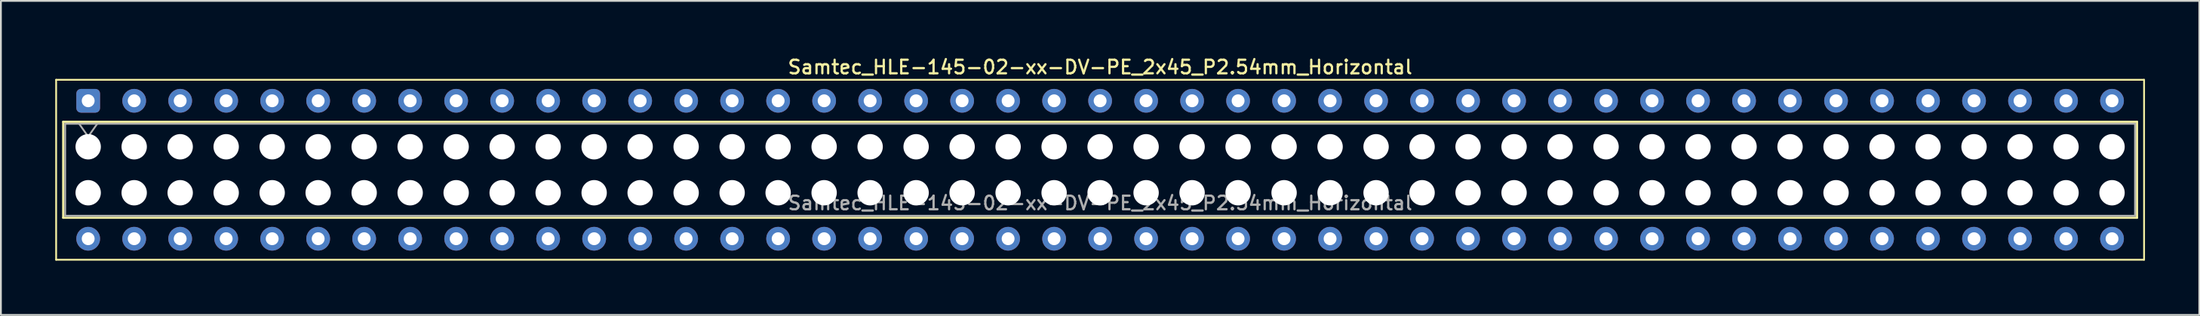
<source format=kicad_pcb>
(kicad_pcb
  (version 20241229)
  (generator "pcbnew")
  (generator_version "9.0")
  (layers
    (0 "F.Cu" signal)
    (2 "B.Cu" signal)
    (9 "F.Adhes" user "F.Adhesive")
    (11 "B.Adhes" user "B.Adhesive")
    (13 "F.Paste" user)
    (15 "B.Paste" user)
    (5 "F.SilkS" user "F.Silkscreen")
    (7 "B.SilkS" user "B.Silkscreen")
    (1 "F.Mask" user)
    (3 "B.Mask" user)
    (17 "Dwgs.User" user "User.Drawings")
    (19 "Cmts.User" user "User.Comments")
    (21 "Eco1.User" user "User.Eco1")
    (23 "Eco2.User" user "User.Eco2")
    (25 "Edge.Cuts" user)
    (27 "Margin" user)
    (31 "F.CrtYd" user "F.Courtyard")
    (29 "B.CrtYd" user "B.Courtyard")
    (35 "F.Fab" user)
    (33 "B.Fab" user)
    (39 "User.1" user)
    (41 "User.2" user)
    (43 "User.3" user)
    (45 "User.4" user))
  (footprint "Samtec_HLE-145-02-xx-DV-PE_2x45_P2.54mm_Horizontal"
    (layer "F.Cu")
    (at 1.82 2.518)
    (property "Reference" "Samtec_HLE-145-02-xx-DV-PE_2x45_P2.54mm_Horizontal" (at 55.88 -1.86 0) (layer "F.SilkS") (effects (font (size 0.75 0.75) (thickness 0.125))))
    (attr through_hole)
    (fp_line (start -1.77 -1.16) (end 113.53 -1.16) (stroke (width 0.1) (type solid)) (layer "F.SilkS"))
    (fp_line (start -1.77 8.78) (end -1.77 -1.16) (stroke (width 0.1) (type solid)) (layer "F.SilkS"))
    (fp_line (start -1.38 1.16) (end 113.14 1.16) (stroke (width 0.12) (type solid)) (layer "F.SilkS"))
    (fp_line (start -1.38 6.46) (end -1.38 1.16) (stroke (width 0.12) (type solid)) (layer "F.SilkS"))
    (fp_line (start 113.14 1.16) (end 113.14 6.46) (stroke (width 0.12) (type solid)) (layer "F.SilkS"))
    (fp_line (start 113.14 6.46) (end -1.38 6.46) (stroke (width 0.12) (type solid)) (layer "F.SilkS"))
    (fp_line (start 113.53 -1.16) (end 113.53 8.78) (stroke (width 0.1) (type solid)) (layer "F.SilkS"))
    (fp_line (start 113.53 8.78) (end -1.77 8.78) (stroke (width 0.1) (type solid)) (layer "F.SilkS"))
    (fp_line (start -1.27 1.27) (end 113.03 1.27) (stroke (width 0.1) (type solid)) (layer "F.Fab"))
    (fp_line (start -1.27 6.35) (end -1.27 1.27) (stroke (width 0.1) (type solid)) (layer "F.Fab"))
    (fp_line (start -0.5 1.27) (end 0 1.977) (stroke (width 0.1) (type solid)) (layer "F.Fab"))
    (fp_line (start 0 1.977) (end 0.5 1.27) (stroke (width 0.1) (type solid)) (layer "F.Fab"))
    (fp_line (start 113.03 1.27) (end 113.03 6.35) (stroke (width 0.1) (type solid)) (layer "F.Fab"))
    (fp_line (start 113.03 6.35) (end -1.27 6.35) (stroke (width 0.1) (type solid)) (layer "F.Fab"))
    (fp_text user "${REFERENCE}" (at 55.88 5.65 0) (layer "F.Fab") (effects (font (size 0.75 0.75) (thickness 0.125))))
    (pad "" np_thru_hole circle (at 0 2.54) (size 1.4 1.4) (drill 1.4) (layers "*.Cu" "*.Mask"))
    (pad "" np_thru_hole circle (at 0 5.08) (size 1.4 1.4) (drill 1.4) (layers "*.Cu" "*.Mask"))
    (pad "" np_thru_hole circle (at 2.54 2.54) (size 1.4 1.4) (drill 1.4) (layers "*.Cu" "*.Mask"))
    (pad "" np_thru_hole circle (at 2.54 5.08) (size 1.4 1.4) (drill 1.4) (layers "*.Cu" "*.Mask"))
    (pad "" np_thru_hole circle (at 5.08 2.54) (size 1.4 1.4) (drill 1.4) (layers "*.Cu" "*.Mask"))
    (pad "" np_thru_hole circle (at 5.08 5.08) (size 1.4 1.4) (drill 1.4) (layers "*.Cu" "*.Mask"))
    (pad "" np_thru_hole circle (at 7.62 2.54) (size 1.4 1.4) (drill 1.4) (layers "*.Cu" "*.Mask"))
    (pad "" np_thru_hole circle (at 7.62 5.08) (size 1.4 1.4) (drill 1.4) (layers "*.Cu" "*.Mask"))
    (pad "" np_thru_hole circle (at 10.16 2.54) (size 1.4 1.4) (drill 1.4) (layers "*.Cu" "*.Mask"))
    (pad "" np_thru_hole circle (at 10.16 5.08) (size 1.4 1.4) (drill 1.4) (layers "*.Cu" "*.Mask"))
    (pad "" np_thru_hole circle (at 12.7 2.54) (size 1.4 1.4) (drill 1.4) (layers "*.Cu" "*.Mask"))
    (pad "" np_thru_hole circle (at 12.7 5.08) (size 1.4 1.4) (drill 1.4) (layers "*.Cu" "*.Mask"))
    (pad "" np_thru_hole circle (at 15.24 2.54) (size 1.4 1.4) (drill 1.4) (layers "*.Cu" "*.Mask"))
    (pad "" np_thru_hole circle (at 15.24 5.08) (size 1.4 1.4) (drill 1.4) (layers "*.Cu" "*.Mask"))
    (pad "" np_thru_hole circle (at 17.78 2.54) (size 1.4 1.4) (drill 1.4) (layers "*.Cu" "*.Mask"))
    (pad "" np_thru_hole circle (at 17.78 5.08) (size 1.4 1.4) (drill 1.4) (layers "*.Cu" "*.Mask"))
    (pad "" np_thru_hole circle (at 20.32 2.54) (size 1.4 1.4) (drill 1.4) (layers "*.Cu" "*.Mask"))
    (pad "" np_thru_hole circle (at 20.32 5.08) (size 1.4 1.4) (drill 1.4) (layers "*.Cu" "*.Mask"))
    (pad "" np_thru_hole circle (at 22.86 2.54) (size 1.4 1.4) (drill 1.4) (layers "*.Cu" "*.Mask"))
    (pad "" np_thru_hole circle (at 22.86 5.08) (size 1.4 1.4) (drill 1.4) (layers "*.Cu" "*.Mask"))
    (pad "" np_thru_hole circle (at 25.4 2.54) (size 1.4 1.4) (drill 1.4) (layers "*.Cu" "*.Mask"))
    (pad "" np_thru_hole circle (at 25.4 5.08) (size 1.4 1.4) (drill 1.4) (layers "*.Cu" "*.Mask"))
    (pad "" np_thru_hole circle (at 27.94 2.54) (size 1.4 1.4) (drill 1.4) (layers "*.Cu" "*.Mask"))
    (pad "" np_thru_hole circle (at 27.94 5.08) (size 1.4 1.4) (drill 1.4) (layers "*.Cu" "*.Mask"))
    (pad "" np_thru_hole circle (at 30.48 2.54) (size 1.4 1.4) (drill 1.4) (layers "*.Cu" "*.Mask"))
    (pad "" np_thru_hole circle (at 30.48 5.08) (size 1.4 1.4) (drill 1.4) (layers "*.Cu" "*.Mask"))
    (pad "" np_thru_hole circle (at 33.02 2.54) (size 1.4 1.4) (drill 1.4) (layers "*.Cu" "*.Mask"))
    (pad "" np_thru_hole circle (at 33.02 5.08) (size 1.4 1.4) (drill 1.4) (layers "*.Cu" "*.Mask"))
    (pad "" np_thru_hole circle (at 35.56 2.54) (size 1.4 1.4) (drill 1.4) (layers "*.Cu" "*.Mask"))
    (pad "" np_thru_hole circle (at 35.56 5.08) (size 1.4 1.4) (drill 1.4) (layers "*.Cu" "*.Mask"))
    (pad "" np_thru_hole circle (at 38.1 2.54) (size 1.4 1.4) (drill 1.4) (layers "*.Cu" "*.Mask"))
    (pad "" np_thru_hole circle (at 38.1 5.08) (size 1.4 1.4) (drill 1.4) (layers "*.Cu" "*.Mask"))
    (pad "" np_thru_hole circle (at 40.64 2.54) (size 1.4 1.4) (drill 1.4) (layers "*.Cu" "*.Mask"))
    (pad "" np_thru_hole circle (at 40.64 5.08) (size 1.4 1.4) (drill 1.4) (layers "*.Cu" "*.Mask"))
    (pad "" np_thru_hole circle (at 43.18 2.54) (size 1.4 1.4) (drill 1.4) (layers "*.Cu" "*.Mask"))
    (pad "" np_thru_hole circle (at 43.18 5.08) (size 1.4 1.4) (drill 1.4) (layers "*.Cu" "*.Mask"))
    (pad "" np_thru_hole circle (at 45.72 2.54) (size 1.4 1.4) (drill 1.4) (layers "*.Cu" "*.Mask"))
    (pad "" np_thru_hole circle (at 45.72 5.08) (size 1.4 1.4) (drill 1.4) (layers "*.Cu" "*.Mask"))
    (pad "" np_thru_hole circle (at 48.26 2.54) (size 1.4 1.4) (drill 1.4) (layers "*.Cu" "*.Mask"))
    (pad "" np_thru_hole circle (at 48.26 5.08) (size 1.4 1.4) (drill 1.4) (layers "*.Cu" "*.Mask"))
    (pad "" np_thru_hole circle (at 50.8 2.54) (size 1.4 1.4) (drill 1.4) (layers "*.Cu" "*.Mask"))
    (pad "" np_thru_hole circle (at 50.8 5.08) (size 1.4 1.4) (drill 1.4) (layers "*.Cu" "*.Mask"))
    (pad "" np_thru_hole circle (at 53.34 2.54) (size 1.4 1.4) (drill 1.4) (layers "*.Cu" "*.Mask"))
    (pad "" np_thru_hole circle (at 53.34 5.08) (size 1.4 1.4) (drill 1.4) (layers "*.Cu" "*.Mask"))
    (pad "" np_thru_hole circle (at 55.88 2.54) (size 1.4 1.4) (drill 1.4) (layers "*.Cu" "*.Mask"))
    (pad "" np_thru_hole circle (at 55.88 5.08) (size 1.4 1.4) (drill 1.4) (layers "*.Cu" "*.Mask"))
    (pad "" np_thru_hole circle (at 58.42 2.54) (size 1.4 1.4) (drill 1.4) (layers "*.Cu" "*.Mask"))
    (pad "" np_thru_hole circle (at 58.42 5.08) (size 1.4 1.4) (drill 1.4) (layers "*.Cu" "*.Mask"))
    (pad "" np_thru_hole circle (at 60.96 2.54) (size 1.4 1.4) (drill 1.4) (layers "*.Cu" "*.Mask"))
    (pad "" np_thru_hole circle (at 60.96 5.08) (size 1.4 1.4) (drill 1.4) (layers "*.Cu" "*.Mask"))
    (pad "" np_thru_hole circle (at 63.5 2.54) (size 1.4 1.4) (drill 1.4) (layers "*.Cu" "*.Mask"))
    (pad "" np_thru_hole circle (at 63.5 5.08) (size 1.4 1.4) (drill 1.4) (layers "*.Cu" "*.Mask"))
    (pad "" np_thru_hole circle (at 66.04 2.54) (size 1.4 1.4) (drill 1.4) (layers "*.Cu" "*.Mask"))
    (pad "" np_thru_hole circle (at 66.04 5.08) (size 1.4 1.4) (drill 1.4) (layers "*.Cu" "*.Mask"))
    (pad "" np_thru_hole circle (at 68.58 2.54) (size 1.4 1.4) (drill 1.4) (layers "*.Cu" "*.Mask"))
    (pad "" np_thru_hole circle (at 68.58 5.08) (size 1.4 1.4) (drill 1.4) (layers "*.Cu" "*.Mask"))
    (pad "" np_thru_hole circle (at 71.12 2.54) (size 1.4 1.4) (drill 1.4) (layers "*.Cu" "*.Mask"))
    (pad "" np_thru_hole circle (at 71.12 5.08) (size 1.4 1.4) (drill 1.4) (layers "*.Cu" "*.Mask"))
    (pad "" np_thru_hole circle (at 73.66 2.54) (size 1.4 1.4) (drill 1.4) (layers "*.Cu" "*.Mask"))
    (pad "" np_thru_hole circle (at 73.66 5.08) (size 1.4 1.4) (drill 1.4) (layers "*.Cu" "*.Mask"))
    (pad "" np_thru_hole circle (at 76.2 2.54) (size 1.4 1.4) (drill 1.4) (layers "*.Cu" "*.Mask"))
    (pad "" np_thru_hole circle (at 76.2 5.08) (size 1.4 1.4) (drill 1.4) (layers "*.Cu" "*.Mask"))
    (pad "" np_thru_hole circle (at 78.74 2.54) (size 1.4 1.4) (drill 1.4) (layers "*.Cu" "*.Mask"))
    (pad "" np_thru_hole circle (at 78.74 5.08) (size 1.4 1.4) (drill 1.4) (layers "*.Cu" "*.Mask"))
    (pad "" np_thru_hole circle (at 81.28 2.54) (size 1.4 1.4) (drill 1.4) (layers "*.Cu" "*.Mask"))
    (pad "" np_thru_hole circle (at 81.28 5.08) (size 1.4 1.4) (drill 1.4) (layers "*.Cu" "*.Mask"))
    (pad "" np_thru_hole circle (at 83.82 2.54) (size 1.4 1.4) (drill 1.4) (layers "*.Cu" "*.Mask"))
    (pad "" np_thru_hole circle (at 83.82 5.08) (size 1.4 1.4) (drill 1.4) (layers "*.Cu" "*.Mask"))
    (pad "" np_thru_hole circle (at 86.36 2.54) (size 1.4 1.4) (drill 1.4) (layers "*.Cu" "*.Mask"))
    (pad "" np_thru_hole circle (at 86.36 5.08) (size 1.4 1.4) (drill 1.4) (layers "*.Cu" "*.Mask"))
    (pad "" np_thru_hole circle (at 88.9 2.54) (size 1.4 1.4) (drill 1.4) (layers "*.Cu" "*.Mask"))
    (pad "" np_thru_hole circle (at 88.9 5.08) (size 1.4 1.4) (drill 1.4) (layers "*.Cu" "*.Mask"))
    (pad "" np_thru_hole circle (at 91.44 2.54) (size 1.4 1.4) (drill 1.4) (layers "*.Cu" "*.Mask"))
    (pad "" np_thru_hole circle (at 91.44 5.08) (size 1.4 1.4) (drill 1.4) (layers "*.Cu" "*.Mask"))
    (pad "" np_thru_hole circle (at 93.98 2.54) (size 1.4 1.4) (drill 1.4) (layers "*.Cu" "*.Mask"))
    (pad "" np_thru_hole circle (at 93.98 5.08) (size 1.4 1.4) (drill 1.4) (layers "*.Cu" "*.Mask"))
    (pad "" np_thru_hole circle (at 96.52 2.54) (size 1.4 1.4) (drill 1.4) (layers "*.Cu" "*.Mask"))
    (pad "" np_thru_hole circle (at 96.52 5.08) (size 1.4 1.4) (drill 1.4) (layers "*.Cu" "*.Mask"))
    (pad "" np_thru_hole circle (at 99.06 2.54) (size 1.4 1.4) (drill 1.4) (layers "*.Cu" "*.Mask"))
    (pad "" np_thru_hole circle (at 99.06 5.08) (size 1.4 1.4) (drill 1.4) (layers "*.Cu" "*.Mask"))
    (pad "" np_thru_hole circle (at 101.6 2.54) (size 1.4 1.4) (drill 1.4) (layers "*.Cu" "*.Mask"))
    (pad "" np_thru_hole circle (at 101.6 5.08) (size 1.4 1.4) (drill 1.4) (layers "*.Cu" "*.Mask"))
    (pad "" np_thru_hole circle (at 104.14 2.54) (size 1.4 1.4) (drill 1.4) (layers "*.Cu" "*.Mask"))
    (pad "" np_thru_hole circle (at 104.14 5.08) (size 1.4 1.4) (drill 1.4) (layers "*.Cu" "*.Mask"))
    (pad "" np_thru_hole circle (at 106.68 2.54) (size 1.4 1.4) (drill 1.4) (layers "*.Cu" "*.Mask"))
    (pad "" np_thru_hole circle (at 106.68 5.08) (size 1.4 1.4) (drill 1.4) (layers "*.Cu" "*.Mask"))
    (pad "" np_thru_hole circle (at 109.22 2.54) (size 1.4 1.4) (drill 1.4) (layers "*.Cu" "*.Mask"))
    (pad "" np_thru_hole circle (at 109.22 5.08) (size 1.4 1.4) (drill 1.4) (layers "*.Cu" "*.Mask"))
    (pad "" np_thru_hole circle (at 111.76 2.54) (size 1.4 1.4) (drill 1.4) (layers "*.Cu" "*.Mask"))
    (pad "" np_thru_hole circle (at 111.76 5.08) (size 1.4 1.4) (drill 1.4) (layers "*.Cu" "*.Mask"))
    (pad "1" thru_hole roundrect (at 0 0) (size 1.31 1.31) (drill 0.71) (layers "*.Cu" "*.Mask") (roundrect_rratio 0.191))
    (pad "2" thru_hole circle (at 0 7.62) (size 1.31 1.31) (drill 0.71) (layers "*.Cu" "*.Mask"))
    (pad "3" thru_hole circle (at 2.54 0) (size 1.31 1.31) (drill 0.71) (layers "*.Cu" "*.Mask"))
    (pad "4" thru_hole circle (at 2.54 7.62) (size 1.31 1.31) (drill 0.71) (layers "*.Cu" "*.Mask"))
    (pad "5" thru_hole circle (at 5.08 0) (size 1.31 1.31) (drill 0.71) (layers "*.Cu" "*.Mask"))
    (pad "6" thru_hole circle (at 5.08 7.62) (size 1.31 1.31) (drill 0.71) (layers "*.Cu" "*.Mask"))
    (pad "7" thru_hole circle (at 7.62 0) (size 1.31 1.31) (drill 0.71) (layers "*.Cu" "*.Mask"))
    (pad "8" thru_hole circle (at 7.62 7.62) (size 1.31 1.31) (drill 0.71) (layers "*.Cu" "*.Mask"))
    (pad "9" thru_hole circle (at 10.16 0) (size 1.31 1.31) (drill 0.71) (layers "*.Cu" "*.Mask"))
    (pad "10" thru_hole circle (at 10.16 7.62) (size 1.31 1.31) (drill 0.71) (layers "*.Cu" "*.Mask"))
    (pad "11" thru_hole circle (at 12.7 0) (size 1.31 1.31) (drill 0.71) (layers "*.Cu" "*.Mask"))
    (pad "12" thru_hole circle (at 12.7 7.62) (size 1.31 1.31) (drill 0.71) (layers "*.Cu" "*.Mask"))
    (pad "13" thru_hole circle (at 15.24 0) (size 1.31 1.31) (drill 0.71) (layers "*.Cu" "*.Mask"))
    (pad "14" thru_hole circle (at 15.24 7.62) (size 1.31 1.31) (drill 0.71) (layers "*.Cu" "*.Mask"))
    (pad "15" thru_hole circle (at 17.78 0) (size 1.31 1.31) (drill 0.71) (layers "*.Cu" "*.Mask"))
    (pad "16" thru_hole circle (at 17.78 7.62) (size 1.31 1.31) (drill 0.71) (layers "*.Cu" "*.Mask"))
    (pad "17" thru_hole circle (at 20.32 0) (size 1.31 1.31) (drill 0.71) (layers "*.Cu" "*.Mask"))
    (pad "18" thru_hole circle (at 20.32 7.62) (size 1.31 1.31) (drill 0.71) (layers "*.Cu" "*.Mask"))
    (pad "19" thru_hole circle (at 22.86 0) (size 1.31 1.31) (drill 0.71) (layers "*.Cu" "*.Mask"))
    (pad "20" thru_hole circle (at 22.86 7.62) (size 1.31 1.31) (drill 0.71) (layers "*.Cu" "*.Mask"))
    (pad "21" thru_hole circle (at 25.4 0) (size 1.31 1.31) (drill 0.71) (layers "*.Cu" "*.Mask"))
    (pad "22" thru_hole circle (at 25.4 7.62) (size 1.31 1.31) (drill 0.71) (layers "*.Cu" "*.Mask"))
    (pad "23" thru_hole circle (at 27.94 0) (size 1.31 1.31) (drill 0.71) (layers "*.Cu" "*.Mask"))
    (pad "24" thru_hole circle (at 27.94 7.62) (size 1.31 1.31) (drill 0.71) (layers "*.Cu" "*.Mask"))
    (pad "25" thru_hole circle (at 30.48 0) (size 1.31 1.31) (drill 0.71) (layers "*.Cu" "*.Mask"))
    (pad "26" thru_hole circle (at 30.48 7.62) (size 1.31 1.31) (drill 0.71) (layers "*.Cu" "*.Mask"))
    (pad "27" thru_hole circle (at 33.02 0) (size 1.31 1.31) (drill 0.71) (layers "*.Cu" "*.Mask"))
    (pad "28" thru_hole circle (at 33.02 7.62) (size 1.31 1.31) (drill 0.71) (layers "*.Cu" "*.Mask"))
    (pad "29" thru_hole circle (at 35.56 0) (size 1.31 1.31) (drill 0.71) (layers "*.Cu" "*.Mask"))
    (pad "30" thru_hole circle (at 35.56 7.62) (size 1.31 1.31) (drill 0.71) (layers "*.Cu" "*.Mask"))
    (pad "31" thru_hole circle (at 38.1 0) (size 1.31 1.31) (drill 0.71) (layers "*.Cu" "*.Mask"))
    (pad "32" thru_hole circle (at 38.1 7.62) (size 1.31 1.31) (drill 0.71) (layers "*.Cu" "*.Mask"))
    (pad "33" thru_hole circle (at 40.64 0) (size 1.31 1.31) (drill 0.71) (layers "*.Cu" "*.Mask"))
    (pad "34" thru_hole circle (at 40.64 7.62) (size 1.31 1.31) (drill 0.71) (layers "*.Cu" "*.Mask"))
    (pad "35" thru_hole circle (at 43.18 0) (size 1.31 1.31) (drill 0.71) (layers "*.Cu" "*.Mask"))
    (pad "36" thru_hole circle (at 43.18 7.62) (size 1.31 1.31) (drill 0.71) (layers "*.Cu" "*.Mask"))
    (pad "37" thru_hole circle (at 45.72 0) (size 1.31 1.31) (drill 0.71) (layers "*.Cu" "*.Mask"))
    (pad "38" thru_hole circle (at 45.72 7.62) (size 1.31 1.31) (drill 0.71) (layers "*.Cu" "*.Mask"))
    (pad "39" thru_hole circle (at 48.26 0) (size 1.31 1.31) (drill 0.71) (layers "*.Cu" "*.Mask"))
    (pad "40" thru_hole circle (at 48.26 7.62) (size 1.31 1.31) (drill 0.71) (layers "*.Cu" "*.Mask"))
    (pad "41" thru_hole circle (at 50.8 0) (size 1.31 1.31) (drill 0.71) (layers "*.Cu" "*.Mask"))
    (pad "42" thru_hole circle (at 50.8 7.62) (size 1.31 1.31) (drill 0.71) (layers "*.Cu" "*.Mask"))
    (pad "43" thru_hole circle (at 53.34 0) (size 1.31 1.31) (drill 0.71) (layers "*.Cu" "*.Mask"))
    (pad "44" thru_hole circle (at 53.34 7.62) (size 1.31 1.31) (drill 0.71) (layers "*.Cu" "*.Mask"))
    (pad "45" thru_hole circle (at 55.88 0) (size 1.31 1.31) (drill 0.71) (layers "*.Cu" "*.Mask"))
    (pad "46" thru_hole circle (at 55.88 7.62) (size 1.31 1.31) (drill 0.71) (layers "*.Cu" "*.Mask"))
    (pad "47" thru_hole circle (at 58.42 0) (size 1.31 1.31) (drill 0.71) (layers "*.Cu" "*.Mask"))
    (pad "48" thru_hole circle (at 58.42 7.62) (size 1.31 1.31) (drill 0.71) (layers "*.Cu" "*.Mask"))
    (pad "49" thru_hole circle (at 60.96 0) (size 1.31 1.31) (drill 0.71) (layers "*.Cu" "*.Mask"))
    (pad "50" thru_hole circle (at 60.96 7.62) (size 1.31 1.31) (drill 0.71) (layers "*.Cu" "*.Mask"))
    (pad "51" thru_hole circle (at 63.5 0) (size 1.31 1.31) (drill 0.71) (layers "*.Cu" "*.Mask"))
    (pad "52" thru_hole circle (at 63.5 7.62) (size 1.31 1.31) (drill 0.71) (layers "*.Cu" "*.Mask"))
    (pad "53" thru_hole circle (at 66.04 0) (size 1.31 1.31) (drill 0.71) (layers "*.Cu" "*.Mask"))
    (pad "54" thru_hole circle (at 66.04 7.62) (size 1.31 1.31) (drill 0.71) (layers "*.Cu" "*.Mask"))
    (pad "55" thru_hole circle (at 68.58 0) (size 1.31 1.31) (drill 0.71) (layers "*.Cu" "*.Mask"))
    (pad "56" thru_hole circle (at 68.58 7.62) (size 1.31 1.31) (drill 0.71) (layers "*.Cu" "*.Mask"))
    (pad "57" thru_hole circle (at 71.12 0) (size 1.31 1.31) (drill 0.71) (layers "*.Cu" "*.Mask"))
    (pad "58" thru_hole circle (at 71.12 7.62) (size 1.31 1.31) (drill 0.71) (layers "*.Cu" "*.Mask"))
    (pad "59" thru_hole circle (at 73.66 0) (size 1.31 1.31) (drill 0.71) (layers "*.Cu" "*.Mask"))
    (pad "60" thru_hole circle (at 73.66 7.62) (size 1.31 1.31) (drill 0.71) (layers "*.Cu" "*.Mask"))
    (pad "61" thru_hole circle (at 76.2 0) (size 1.31 1.31) (drill 0.71) (layers "*.Cu" "*.Mask"))
    (pad "62" thru_hole circle (at 76.2 7.62) (size 1.31 1.31) (drill 0.71) (layers "*.Cu" "*.Mask"))
    (pad "63" thru_hole circle (at 78.74 0) (size 1.31 1.31) (drill 0.71) (layers "*.Cu" "*.Mask"))
    (pad "64" thru_hole circle (at 78.74 7.62) (size 1.31 1.31) (drill 0.71) (layers "*.Cu" "*.Mask"))
    (pad "65" thru_hole circle (at 81.28 0) (size 1.31 1.31) (drill 0.71) (layers "*.Cu" "*.Mask"))
    (pad "66" thru_hole circle (at 81.28 7.62) (size 1.31 1.31) (drill 0.71) (layers "*.Cu" "*.Mask"))
    (pad "67" thru_hole circle (at 83.82 0) (size 1.31 1.31) (drill 0.71) (layers "*.Cu" "*.Mask"))
    (pad "68" thru_hole circle (at 83.82 7.62) (size 1.31 1.31) (drill 0.71) (layers "*.Cu" "*.Mask"))
    (pad "69" thru_hole circle (at 86.36 0) (size 1.31 1.31) (drill 0.71) (layers "*.Cu" "*.Mask"))
    (pad "70" thru_hole circle (at 86.36 7.62) (size 1.31 1.31) (drill 0.71) (layers "*.Cu" "*.Mask"))
    (pad "71" thru_hole circle (at 88.9 0) (size 1.31 1.31) (drill 0.71) (layers "*.Cu" "*.Mask"))
    (pad "72" thru_hole circle (at 88.9 7.62) (size 1.31 1.31) (drill 0.71) (layers "*.Cu" "*.Mask"))
    (pad "73" thru_hole circle (at 91.44 0) (size 1.31 1.31) (drill 0.71) (layers "*.Cu" "*.Mask"))
    (pad "74" thru_hole circle (at 91.44 7.62) (size 1.31 1.31) (drill 0.71) (layers "*.Cu" "*.Mask"))
    (pad "75" thru_hole circle (at 93.98 0) (size 1.31 1.31) (drill 0.71) (layers "*.Cu" "*.Mask"))
    (pad "76" thru_hole circle (at 93.98 7.62) (size 1.31 1.31) (drill 0.71) (layers "*.Cu" "*.Mask"))
    (pad "77" thru_hole circle (at 96.52 0) (size 1.31 1.31) (drill 0.71) (layers "*.Cu" "*.Mask"))
    (pad "78" thru_hole circle (at 96.52 7.62) (size 1.31 1.31) (drill 0.71) (layers "*.Cu" "*.Mask"))
    (pad "79" thru_hole circle (at 99.06 0) (size 1.31 1.31) (drill 0.71) (layers "*.Cu" "*.Mask"))
    (pad "80" thru_hole circle (at 99.06 7.62) (size 1.31 1.31) (drill 0.71) (layers "*.Cu" "*.Mask"))
    (pad "81" thru_hole circle (at 101.6 0) (size 1.31 1.31) (drill 0.71) (layers "*.Cu" "*.Mask"))
    (pad "82" thru_hole circle (at 101.6 7.62) (size 1.31 1.31) (drill 0.71) (layers "*.Cu" "*.Mask"))
    (pad "83" thru_hole circle (at 104.14 0) (size 1.31 1.31) (drill 0.71) (layers "*.Cu" "*.Mask"))
    (pad "84" thru_hole circle (at 104.14 7.62) (size 1.31 1.31) (drill 0.71) (layers "*.Cu" "*.Mask"))
    (pad "85" thru_hole circle (at 106.68 0) (size 1.31 1.31) (drill 0.71) (layers "*.Cu" "*.Mask"))
    (pad "86" thru_hole circle (at 106.68 7.62) (size 1.31 1.31) (drill 0.71) (layers "*.Cu" "*.Mask"))
    (pad "87" thru_hole circle (at 109.22 0) (size 1.31 1.31) (drill 0.71) (layers "*.Cu" "*.Mask"))
    (pad "88" thru_hole circle (at 109.22 7.62) (size 1.31 1.31) (drill 0.71) (layers "*.Cu" "*.Mask"))
    (pad "89" thru_hole circle (at 111.76 0) (size 1.31 1.31) (drill 0.71) (layers "*.Cu" "*.Mask"))
    (pad "90" thru_hole circle (at 111.76 7.62) (size 1.31 1.31) (drill 0.71) (layers "*.Cu" "*.Mask")))
  (gr_rect
    (start -3 -3)
    (end 118.4 14.348)
    (stroke (width 0.1) (type default))
    (fill no)
    (layer "Edge.Cuts")))
</source>
